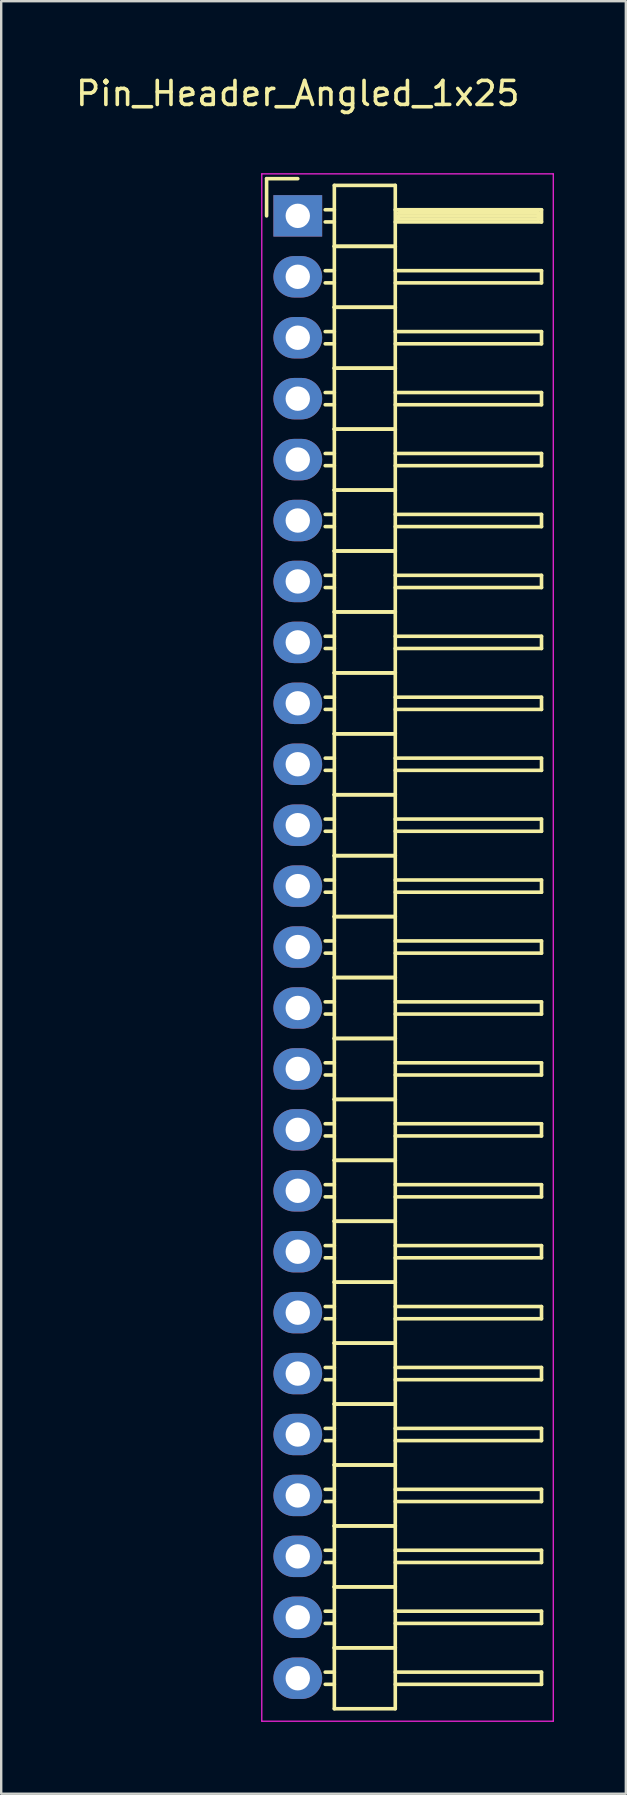
<source format=kicad_pcb>
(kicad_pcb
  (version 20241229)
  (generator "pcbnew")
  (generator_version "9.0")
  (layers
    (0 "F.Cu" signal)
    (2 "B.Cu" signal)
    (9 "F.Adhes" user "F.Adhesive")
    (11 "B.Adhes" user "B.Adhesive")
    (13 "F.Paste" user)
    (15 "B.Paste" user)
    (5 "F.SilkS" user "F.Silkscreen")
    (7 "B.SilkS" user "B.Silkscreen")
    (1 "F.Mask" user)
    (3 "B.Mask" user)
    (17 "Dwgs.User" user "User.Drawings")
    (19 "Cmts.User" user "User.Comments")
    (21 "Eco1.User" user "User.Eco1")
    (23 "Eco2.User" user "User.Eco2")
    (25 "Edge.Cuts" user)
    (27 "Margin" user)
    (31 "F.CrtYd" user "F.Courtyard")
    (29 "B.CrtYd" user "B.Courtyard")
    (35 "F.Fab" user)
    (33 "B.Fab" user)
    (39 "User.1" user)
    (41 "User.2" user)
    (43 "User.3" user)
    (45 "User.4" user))
  (footprint "Pin_Header_Angled_1x25"
    (layer "F.Cu")
    (at 9.363 5.948)
    (property "Reference" "Pin_Header_Angled_1x25" (at 0 -5.1 0) (layer "F.SilkS") (effects (font (size 1 1) (thickness 0.15))))
    (attr through_hole)
    (fp_line (start -1.3 -1.55) (end -1.3 0) (stroke (width 0.15) (type solid)) (layer "F.SilkS"))
    (fp_line (start 0 -1.55) (end -1.3 -1.55) (stroke (width 0.15) (type solid)) (layer "F.SilkS"))
    (fp_line (start 1.524 -1.27) (end 1.524 1.27) (stroke (width 0.15) (type solid)) (layer "F.SilkS"))
    (fp_line (start 1.524 -1.27) (end 4.064 -1.27) (stroke (width 0.15) (type solid)) (layer "F.SilkS"))
    (fp_line (start 1.524 -0.254) (end 1.143 -0.254) (stroke (width 0.15) (type solid)) (layer "F.SilkS"))
    (fp_line (start 1.524 0.254) (end 1.143 0.254) (stroke (width 0.15) (type solid)) (layer "F.SilkS"))
    (fp_line (start 1.524 1.27) (end 1.524 3.81) (stroke (width 0.15) (type solid)) (layer "F.SilkS"))
    (fp_line (start 1.524 1.27) (end 4.064 1.27) (stroke (width 0.15) (type solid)) (layer "F.SilkS"))
    (fp_line (start 1.524 1.27) (end 4.064 1.27) (stroke (width 0.15) (type solid)) (layer "F.SilkS"))
    (fp_line (start 1.524 2.286) (end 1.143 2.286) (stroke (width 0.15) (type solid)) (layer "F.SilkS"))
    (fp_line (start 1.524 2.794) (end 1.143 2.794) (stroke (width 0.15) (type solid)) (layer "F.SilkS"))
    (fp_line (start 1.524 3.81) (end 1.524 6.35) (stroke (width 0.15) (type solid)) (layer "F.SilkS"))
    (fp_line (start 1.524 3.81) (end 4.064 3.81) (stroke (width 0.15) (type solid)) (layer "F.SilkS"))
    (fp_line (start 1.524 3.81) (end 4.064 3.81) (stroke (width 0.15) (type solid)) (layer "F.SilkS"))
    (fp_line (start 1.524 4.826) (end 1.143 4.826) (stroke (width 0.15) (type solid)) (layer "F.SilkS"))
    (fp_line (start 1.524 5.334) (end 1.143 5.334) (stroke (width 0.15) (type solid)) (layer "F.SilkS"))
    (fp_line (start 1.524 6.35) (end 1.524 8.89) (stroke (width 0.15) (type solid)) (layer "F.SilkS"))
    (fp_line (start 1.524 6.35) (end 4.064 6.35) (stroke (width 0.15) (type solid)) (layer "F.SilkS"))
    (fp_line (start 1.524 6.35) (end 4.064 6.35) (stroke (width 0.15) (type solid)) (layer "F.SilkS"))
    (fp_line (start 1.524 7.366) (end 1.143 7.366) (stroke (width 0.15) (type solid)) (layer "F.SilkS"))
    (fp_line (start 1.524 7.874) (end 1.143 7.874) (stroke (width 0.15) (type solid)) (layer "F.SilkS"))
    (fp_line (start 1.524 8.89) (end 1.524 11.43) (stroke (width 0.15) (type solid)) (layer "F.SilkS"))
    (fp_line (start 1.524 8.89) (end 4.064 8.89) (stroke (width 0.15) (type solid)) (layer "F.SilkS"))
    (fp_line (start 1.524 8.89) (end 4.064 8.89) (stroke (width 0.15) (type solid)) (layer "F.SilkS"))
    (fp_line (start 1.524 9.906) (end 1.143 9.906) (stroke (width 0.15) (type solid)) (layer "F.SilkS"))
    (fp_line (start 1.524 10.414) (end 1.143 10.414) (stroke (width 0.15) (type solid)) (layer "F.SilkS"))
    (fp_line (start 1.524 11.43) (end 1.524 13.97) (stroke (width 0.15) (type solid)) (layer "F.SilkS"))
    (fp_line (start 1.524 11.43) (end 4.064 11.43) (stroke (width 0.15) (type solid)) (layer "F.SilkS"))
    (fp_line (start 1.524 11.43) (end 4.064 11.43) (stroke (width 0.15) (type solid)) (layer "F.SilkS"))
    (fp_line (start 1.524 12.446) (end 1.143 12.446) (stroke (width 0.15) (type solid)) (layer "F.SilkS"))
    (fp_line (start 1.524 12.954) (end 1.143 12.954) (stroke (width 0.15) (type solid)) (layer "F.SilkS"))
    (fp_line (start 1.524 13.97) (end 1.524 16.51) (stroke (width 0.15) (type solid)) (layer "F.SilkS"))
    (fp_line (start 1.524 13.97) (end 4.064 13.97) (stroke (width 0.15) (type solid)) (layer "F.SilkS"))
    (fp_line (start 1.524 13.97) (end 4.064 13.97) (stroke (width 0.15) (type solid)) (layer "F.SilkS"))
    (fp_line (start 1.524 14.986) (end 1.143 14.986) (stroke (width 0.15) (type solid)) (layer "F.SilkS"))
    (fp_line (start 1.524 15.494) (end 1.143 15.494) (stroke (width 0.15) (type solid)) (layer "F.SilkS"))
    (fp_line (start 1.524 16.51) (end 1.524 19.05) (stroke (width 0.15) (type solid)) (layer "F.SilkS"))
    (fp_line (start 1.524 16.51) (end 4.064 16.51) (stroke (width 0.15) (type solid)) (layer "F.SilkS"))
    (fp_line (start 1.524 16.51) (end 4.064 16.51) (stroke (width 0.15) (type solid)) (layer "F.SilkS"))
    (fp_line (start 1.524 17.526) (end 1.143 17.526) (stroke (width 0.15) (type solid)) (layer "F.SilkS"))
    (fp_line (start 1.524 18.034) (end 1.143 18.034) (stroke (width 0.15) (type solid)) (layer "F.SilkS"))
    (fp_line (start 1.524 19.05) (end 1.524 21.59) (stroke (width 0.15) (type solid)) (layer "F.SilkS"))
    (fp_line (start 1.524 19.05) (end 4.064 19.05) (stroke (width 0.15) (type solid)) (layer "F.SilkS"))
    (fp_line (start 1.524 19.05) (end 4.064 19.05) (stroke (width 0.15) (type solid)) (layer "F.SilkS"))
    (fp_line (start 1.524 20.066) (end 1.143 20.066) (stroke (width 0.15) (type solid)) (layer "F.SilkS"))
    (fp_line (start 1.524 20.574) (end 1.143 20.574) (stroke (width 0.15) (type solid)) (layer "F.SilkS"))
    (fp_line (start 1.524 21.59) (end 1.524 24.13) (stroke (width 0.15) (type solid)) (layer "F.SilkS"))
    (fp_line (start 1.524 21.59) (end 4.064 21.59) (stroke (width 0.15) (type solid)) (layer "F.SilkS"))
    (fp_line (start 1.524 21.59) (end 4.064 21.59) (stroke (width 0.15) (type solid)) (layer "F.SilkS"))
    (fp_line (start 1.524 22.606) (end 1.143 22.606) (stroke (width 0.15) (type solid)) (layer "F.SilkS"))
    (fp_line (start 1.524 23.114) (end 1.143 23.114) (stroke (width 0.15) (type solid)) (layer "F.SilkS"))
    (fp_line (start 1.524 24.13) (end 1.524 26.67) (stroke (width 0.15) (type solid)) (layer "F.SilkS"))
    (fp_line (start 1.524 24.13) (end 4.064 24.13) (stroke (width 0.15) (type solid)) (layer "F.SilkS"))
    (fp_line (start 1.524 24.13) (end 4.064 24.13) (stroke (width 0.15) (type solid)) (layer "F.SilkS"))
    (fp_line (start 1.524 25.146) (end 1.143 25.146) (stroke (width 0.15) (type solid)) (layer "F.SilkS"))
    (fp_line (start 1.524 25.654) (end 1.143 25.654) (stroke (width 0.15) (type solid)) (layer "F.SilkS"))
    (fp_line (start 1.524 26.67) (end 1.524 29.21) (stroke (width 0.15) (type solid)) (layer "F.SilkS"))
    (fp_line (start 1.524 26.67) (end 4.064 26.67) (stroke (width 0.15) (type solid)) (layer "F.SilkS"))
    (fp_line (start 1.524 26.67) (end 4.064 26.67) (stroke (width 0.15) (type solid)) (layer "F.SilkS"))
    (fp_line (start 1.524 27.686) (end 1.143 27.686) (stroke (width 0.15) (type solid)) (layer "F.SilkS"))
    (fp_line (start 1.524 28.194) (end 1.143 28.194) (stroke (width 0.15) (type solid)) (layer "F.SilkS"))
    (fp_line (start 1.524 29.21) (end 1.524 31.75) (stroke (width 0.15) (type solid)) (layer "F.SilkS"))
    (fp_line (start 1.524 29.21) (end 4.064 29.21) (stroke (width 0.15) (type solid)) (layer "F.SilkS"))
    (fp_line (start 1.524 29.21) (end 4.064 29.21) (stroke (width 0.15) (type solid)) (layer "F.SilkS"))
    (fp_line (start 1.524 30.226) (end 1.143 30.226) (stroke (width 0.15) (type solid)) (layer "F.SilkS"))
    (fp_line (start 1.524 30.734) (end 1.143 30.734) (stroke (width 0.15) (type solid)) (layer "F.SilkS"))
    (fp_line (start 1.524 31.75) (end 1.524 34.29) (stroke (width 0.15) (type solid)) (layer "F.SilkS"))
    (fp_line (start 1.524 31.75) (end 4.064 31.75) (stroke (width 0.15) (type solid)) (layer "F.SilkS"))
    (fp_line (start 1.524 31.75) (end 4.064 31.75) (stroke (width 0.15) (type solid)) (layer "F.SilkS"))
    (fp_line (start 1.524 32.766) (end 1.143 32.766) (stroke (width 0.15) (type solid)) (layer "F.SilkS"))
    (fp_line (start 1.524 33.274) (end 1.143 33.274) (stroke (width 0.15) (type solid)) (layer "F.SilkS"))
    (fp_line (start 1.524 34.29) (end 1.524 36.83) (stroke (width 0.15) (type solid)) (layer "F.SilkS"))
    (fp_line (start 1.524 34.29) (end 4.064 34.29) (stroke (width 0.15) (type solid)) (layer "F.SilkS"))
    (fp_line (start 1.524 34.29) (end 4.064 34.29) (stroke (width 0.15) (type solid)) (layer "F.SilkS"))
    (fp_line (start 1.524 35.306) (end 1.143 35.306) (stroke (width 0.15) (type solid)) (layer "F.SilkS"))
    (fp_line (start 1.524 35.814) (end 1.143 35.814) (stroke (width 0.15) (type solid)) (layer "F.SilkS"))
    (fp_line (start 1.524 36.83) (end 1.524 39.37) (stroke (width 0.15) (type solid)) (layer "F.SilkS"))
    (fp_line (start 1.524 36.83) (end 4.064 36.83) (stroke (width 0.15) (type solid)) (layer "F.SilkS"))
    (fp_line (start 1.524 36.83) (end 4.064 36.83) (stroke (width 0.15) (type solid)) (layer "F.SilkS"))
    (fp_line (start 1.524 37.846) (end 1.143 37.846) (stroke (width 0.15) (type solid)) (layer "F.SilkS"))
    (fp_line (start 1.524 38.354) (end 1.143 38.354) (stroke (width 0.15) (type solid)) (layer "F.SilkS"))
    (fp_line (start 1.524 39.37) (end 1.524 41.91) (stroke (width 0.15) (type solid)) (layer "F.SilkS"))
    (fp_line (start 1.524 39.37) (end 4.064 39.37) (stroke (width 0.15) (type solid)) (layer "F.SilkS"))
    (fp_line (start 1.524 39.37) (end 4.064 39.37) (stroke (width 0.15) (type solid)) (layer "F.SilkS"))
    (fp_line (start 1.524 40.386) (end 1.143 40.386) (stroke (width 0.15) (type solid)) (layer "F.SilkS"))
    (fp_line (start 1.524 40.894) (end 1.143 40.894) (stroke (width 0.15) (type solid)) (layer "F.SilkS"))
    (fp_line (start 1.524 41.91) (end 1.524 44.45) (stroke (width 0.15) (type solid)) (layer "F.SilkS"))
    (fp_line (start 1.524 41.91) (end 4.064 41.91) (stroke (width 0.15) (type solid)) (layer "F.SilkS"))
    (fp_line (start 1.524 41.91) (end 4.064 41.91) (stroke (width 0.15) (type solid)) (layer "F.SilkS"))
    (fp_line (start 1.524 42.926) (end 1.143 42.926) (stroke (width 0.15) (type solid)) (layer "F.SilkS"))
    (fp_line (start 1.524 43.434) (end 1.143 43.434) (stroke (width 0.15) (type solid)) (layer "F.SilkS"))
    (fp_line (start 1.524 44.45) (end 1.524 46.99) (stroke (width 0.15) (type solid)) (layer "F.SilkS"))
    (fp_line (start 1.524 44.45) (end 4.064 44.45) (stroke (width 0.15) (type solid)) (layer "F.SilkS"))
    (fp_line (start 1.524 44.45) (end 4.064 44.45) (stroke (width 0.15) (type solid)) (layer "F.SilkS"))
    (fp_line (start 1.524 45.466) (end 1.143 45.466) (stroke (width 0.15) (type solid)) (layer "F.SilkS"))
    (fp_line (start 1.524 45.974) (end 1.143 45.974) (stroke (width 0.15) (type solid)) (layer "F.SilkS"))
    (fp_line (start 1.524 46.99) (end 1.524 49.53) (stroke (width 0.15) (type solid)) (layer "F.SilkS"))
    (fp_line (start 1.524 46.99) (end 4.064 46.99) (stroke (width 0.15) (type solid)) (layer "F.SilkS"))
    (fp_line (start 1.524 46.99) (end 4.064 46.99) (stroke (width 0.15) (type solid)) (layer "F.SilkS"))
    (fp_line (start 1.524 48.006) (end 1.143 48.006) (stroke (width 0.15) (type solid)) (layer "F.SilkS"))
    (fp_line (start 1.524 48.514) (end 1.143 48.514) (stroke (width 0.15) (type solid)) (layer "F.SilkS"))
    (fp_line (start 1.524 49.53) (end 1.524 52.07) (stroke (width 0.15) (type solid)) (layer "F.SilkS"))
    (fp_line (start 1.524 49.53) (end 4.064 49.53) (stroke (width 0.15) (type solid)) (layer "F.SilkS"))
    (fp_line (start 1.524 49.53) (end 4.064 49.53) (stroke (width 0.15) (type solid)) (layer "F.SilkS"))
    (fp_line (start 1.524 50.546) (end 1.143 50.546) (stroke (width 0.15) (type solid)) (layer "F.SilkS"))
    (fp_line (start 1.524 51.054) (end 1.143 51.054) (stroke (width 0.15) (type solid)) (layer "F.SilkS"))
    (fp_line (start 1.524 52.07) (end 1.524 54.61) (stroke (width 0.15) (type solid)) (layer "F.SilkS"))
    (fp_line (start 1.524 52.07) (end 4.064 52.07) (stroke (width 0.15) (type solid)) (layer "F.SilkS"))
    (fp_line (start 1.524 52.07) (end 4.064 52.07) (stroke (width 0.15) (type solid)) (layer "F.SilkS"))
    (fp_line (start 1.524 53.086) (end 1.143 53.086) (stroke (width 0.15) (type solid)) (layer "F.SilkS"))
    (fp_line (start 1.524 53.594) (end 1.143 53.594) (stroke (width 0.15) (type solid)) (layer "F.SilkS"))
    (fp_line (start 1.524 54.61) (end 1.524 57.15) (stroke (width 0.15) (type solid)) (layer "F.SilkS"))
    (fp_line (start 1.524 54.61) (end 4.064 54.61) (stroke (width 0.15) (type solid)) (layer "F.SilkS"))
    (fp_line (start 1.524 54.61) (end 4.064 54.61) (stroke (width 0.15) (type solid)) (layer "F.SilkS"))
    (fp_line (start 1.524 55.626) (end 1.143 55.626) (stroke (width 0.15) (type solid)) (layer "F.SilkS"))
    (fp_line (start 1.524 56.134) (end 1.143 56.134) (stroke (width 0.15) (type solid)) (layer "F.SilkS"))
    (fp_line (start 1.524 57.15) (end 1.524 59.69) (stroke (width 0.15) (type solid)) (layer "F.SilkS"))
    (fp_line (start 1.524 57.15) (end 4.064 57.15) (stroke (width 0.15) (type solid)) (layer "F.SilkS"))
    (fp_line (start 1.524 57.15) (end 4.064 57.15) (stroke (width 0.15) (type solid)) (layer "F.SilkS"))
    (fp_line (start 1.524 58.166) (end 1.143 58.166) (stroke (width 0.15) (type solid)) (layer "F.SilkS"))
    (fp_line (start 1.524 58.674) (end 1.143 58.674) (stroke (width 0.15) (type solid)) (layer "F.SilkS"))
    (fp_line (start 1.524 59.69) (end 1.524 62.23) (stroke (width 0.15) (type solid)) (layer "F.SilkS"))
    (fp_line (start 1.524 59.69) (end 4.064 59.69) (stroke (width 0.15) (type solid)) (layer "F.SilkS"))
    (fp_line (start 1.524 59.69) (end 4.064 59.69) (stroke (width 0.15) (type solid)) (layer "F.SilkS"))
    (fp_line (start 1.524 60.706) (end 1.143 60.706) (stroke (width 0.15) (type solid)) (layer "F.SilkS"))
    (fp_line (start 1.524 61.214) (end 1.143 61.214) (stroke (width 0.15) (type solid)) (layer "F.SilkS"))
    (fp_line (start 1.524 62.23) (end 4.064 62.23) (stroke (width 0.15) (type solid)) (layer "F.SilkS"))
    (fp_line (start 4.064 -0.254) (end 10.16 -0.254) (stroke (width 0.15) (type solid)) (layer "F.SilkS"))
    (fp_line (start 4.064 1.27) (end 4.064 -1.27) (stroke (width 0.15) (type solid)) (layer "F.SilkS"))
    (fp_line (start 4.064 2.286) (end 10.16 2.286) (stroke (width 0.15) (type solid)) (layer "F.SilkS"))
    (fp_line (start 4.064 3.81) (end 4.064 1.27) (stroke (width 0.15) (type solid)) (layer "F.SilkS"))
    (fp_line (start 4.064 4.826) (end 10.16 4.826) (stroke (width 0.15) (type solid)) (layer "F.SilkS"))
    (fp_line (start 4.064 6.35) (end 4.064 3.81) (stroke (width 0.15) (type solid)) (layer "F.SilkS"))
    (fp_line (start 4.064 7.366) (end 10.16 7.366) (stroke (width 0.15) (type solid)) (layer "F.SilkS"))
    (fp_line (start 4.064 8.89) (end 4.064 6.35) (stroke (width 0.15) (type solid)) (layer "F.SilkS"))
    (fp_line (start 4.064 9.906) (end 10.16 9.906) (stroke (width 0.15) (type solid)) (layer "F.SilkS"))
    (fp_line (start 4.064 11.43) (end 4.064 8.89) (stroke (width 0.15) (type solid)) (layer "F.SilkS"))
    (fp_line (start 4.064 12.446) (end 10.16 12.446) (stroke (width 0.15) (type solid)) (layer "F.SilkS"))
    (fp_line (start 4.064 13.97) (end 4.064 11.43) (stroke (width 0.15) (type solid)) (layer "F.SilkS"))
    (fp_line (start 4.064 14.986) (end 10.16 14.986) (stroke (width 0.15) (type solid)) (layer "F.SilkS"))
    (fp_line (start 4.064 16.51) (end 4.064 13.97) (stroke (width 0.15) (type solid)) (layer "F.SilkS"))
    (fp_line (start 4.064 17.526) (end 10.16 17.526) (stroke (width 0.15) (type solid)) (layer "F.SilkS"))
    (fp_line (start 4.064 19.05) (end 4.064 16.51) (stroke (width 0.15) (type solid)) (layer "F.SilkS"))
    (fp_line (start 4.064 20.066) (end 10.16 20.066) (stroke (width 0.15) (type solid)) (layer "F.SilkS"))
    (fp_line (start 4.064 21.59) (end 4.064 19.05) (stroke (width 0.15) (type solid)) (layer "F.SilkS"))
    (fp_line (start 4.064 22.606) (end 10.16 22.606) (stroke (width 0.15) (type solid)) (layer "F.SilkS"))
    (fp_line (start 4.064 24.13) (end 4.064 21.59) (stroke (width 0.15) (type solid)) (layer "F.SilkS"))
    (fp_line (start 4.064 25.146) (end 10.16 25.146) (stroke (width 0.15) (type solid)) (layer "F.SilkS"))
    (fp_line (start 4.064 26.67) (end 4.064 24.13) (stroke (width 0.15) (type solid)) (layer "F.SilkS"))
    (fp_line (start 4.064 27.686) (end 10.16 27.686) (stroke (width 0.15) (type solid)) (layer "F.SilkS"))
    (fp_line (start 4.064 29.21) (end 4.064 26.67) (stroke (width 0.15) (type solid)) (layer "F.SilkS"))
    (fp_line (start 4.064 30.226) (end 10.16 30.226) (stroke (width 0.15) (type solid)) (layer "F.SilkS"))
    (fp_line (start 4.064 31.75) (end 4.064 29.21) (stroke (width 0.15) (type solid)) (layer "F.SilkS"))
    (fp_line (start 4.064 32.766) (end 10.16 32.766) (stroke (width 0.15) (type solid)) (layer "F.SilkS"))
    (fp_line (start 4.064 34.29) (end 4.064 31.75) (stroke (width 0.15) (type solid)) (layer "F.SilkS"))
    (fp_line (start 4.064 35.306) (end 10.16 35.306) (stroke (width 0.15) (type solid)) (layer "F.SilkS"))
    (fp_line (start 4.064 36.83) (end 4.064 34.29) (stroke (width 0.15) (type solid)) (layer "F.SilkS"))
    (fp_line (start 4.064 37.846) (end 10.16 37.846) (stroke (width 0.15) (type solid)) (layer "F.SilkS"))
    (fp_line (start 4.064 39.37) (end 4.064 36.83) (stroke (width 0.15) (type solid)) (layer "F.SilkS"))
    (fp_line (start 4.064 40.386) (end 10.16 40.386) (stroke (width 0.15) (type solid)) (layer "F.SilkS"))
    (fp_line (start 4.064 41.91) (end 4.064 39.37) (stroke (width 0.15) (type solid)) (layer "F.SilkS"))
    (fp_line (start 4.064 42.926) (end 10.16 42.926) (stroke (width 0.15) (type solid)) (layer "F.SilkS"))
    (fp_line (start 4.064 44.45) (end 4.064 41.91) (stroke (width 0.15) (type solid)) (layer "F.SilkS"))
    (fp_line (start 4.064 45.466) (end 10.16 45.466) (stroke (width 0.15) (type solid)) (layer "F.SilkS"))
    (fp_line (start 4.064 46.99) (end 4.064 44.45) (stroke (width 0.15) (type solid)) (layer "F.SilkS"))
    (fp_line (start 4.064 48.006) (end 10.16 48.006) (stroke (width 0.15) (type solid)) (layer "F.SilkS"))
    (fp_line (start 4.064 49.53) (end 4.064 46.99) (stroke (width 0.15) (type solid)) (layer "F.SilkS"))
    (fp_line (start 4.064 50.546) (end 10.16 50.546) (stroke (width 0.15) (type solid)) (layer "F.SilkS"))
    (fp_line (start 4.064 52.07) (end 4.064 49.53) (stroke (width 0.15) (type solid)) (layer "F.SilkS"))
    (fp_line (start 4.064 53.086) (end 10.16 53.086) (stroke (width 0.15) (type solid)) (layer "F.SilkS"))
    (fp_line (start 4.064 54.61) (end 4.064 52.07) (stroke (width 0.15) (type solid)) (layer "F.SilkS"))
    (fp_line (start 4.064 55.626) (end 10.16 55.626) (stroke (width 0.15) (type solid)) (layer "F.SilkS"))
    (fp_line (start 4.064 57.15) (end 4.064 54.61) (stroke (width 0.15) (type solid)) (layer "F.SilkS"))
    (fp_line (start 4.064 58.166) (end 10.16 58.166) (stroke (width 0.15) (type solid)) (layer "F.SilkS"))
    (fp_line (start 4.064 59.69) (end 4.064 57.15) (stroke (width 0.15) (type solid)) (layer "F.SilkS"))
    (fp_line (start 4.064 60.706) (end 10.16 60.706) (stroke (width 0.15) (type solid)) (layer "F.SilkS"))
    (fp_line (start 4.064 62.23) (end 4.064 59.69) (stroke (width 0.15) (type solid)) (layer "F.SilkS"))
    (fp_line (start 4.191 -0.127) (end 10.033 -0.127) (stroke (width 0.15) (type solid)) (layer "F.SilkS"))
    (fp_line (start 4.191 0) (end 10.033 0) (stroke (width 0.15) (type solid)) (layer "F.SilkS"))
    (fp_line (start 4.191 0.127) (end 4.191 0) (stroke (width 0.15) (type solid)) (layer "F.SilkS"))
    (fp_line (start 10.033 -0.127) (end 10.033 0.127) (stroke (width 0.15) (type solid)) (layer "F.SilkS"))
    (fp_line (start 10.033 0.127) (end 4.191 0.127) (stroke (width 0.15) (type solid)) (layer "F.SilkS"))
    (fp_line (start 10.16 -0.254) (end 10.16 0.254) (stroke (width 0.15) (type solid)) (layer "F.SilkS"))
    (fp_line (start 10.16 0.254) (end 4.064 0.254) (stroke (width 0.15) (type solid)) (layer "F.SilkS"))
    (fp_line (start 10.16 2.286) (end 10.16 2.794) (stroke (width 0.15) (type solid)) (layer "F.SilkS"))
    (fp_line (start 10.16 2.794) (end 4.064 2.794) (stroke (width 0.15) (type solid)) (layer "F.SilkS"))
    (fp_line (start 10.16 4.826) (end 10.16 5.334) (stroke (width 0.15) (type solid)) (layer "F.SilkS"))
    (fp_line (start 10.16 5.334) (end 4.064 5.334) (stroke (width 0.15) (type solid)) (layer "F.SilkS"))
    (fp_line (start 10.16 7.366) (end 10.16 7.874) (stroke (width 0.15) (type solid)) (layer "F.SilkS"))
    (fp_line (start 10.16 7.874) (end 4.064 7.874) (stroke (width 0.15) (type solid)) (layer "F.SilkS"))
    (fp_line (start 10.16 9.906) (end 10.16 10.414) (stroke (width 0.15) (type solid)) (layer "F.SilkS"))
    (fp_line (start 10.16 10.414) (end 4.064 10.414) (stroke (width 0.15) (type solid)) (layer "F.SilkS"))
    (fp_line (start 10.16 12.446) (end 10.16 12.954) (stroke (width 0.15) (type solid)) (layer "F.SilkS"))
    (fp_line (start 10.16 12.954) (end 4.064 12.954) (stroke (width 0.15) (type solid)) (layer "F.SilkS"))
    (fp_line (start 10.16 14.986) (end 10.16 15.494) (stroke (width 0.15) (type solid)) (layer "F.SilkS"))
    (fp_line (start 10.16 15.494) (end 4.064 15.494) (stroke (width 0.15) (type solid)) (layer "F.SilkS"))
    (fp_line (start 10.16 17.526) (end 10.16 18.034) (stroke (width 0.15) (type solid)) (layer "F.SilkS"))
    (fp_line (start 10.16 18.034) (end 4.064 18.034) (stroke (width 0.15) (type solid)) (layer "F.SilkS"))
    (fp_line (start 10.16 20.066) (end 10.16 20.574) (stroke (width 0.15) (type solid)) (layer "F.SilkS"))
    (fp_line (start 10.16 20.574) (end 4.064 20.574) (stroke (width 0.15) (type solid)) (layer "F.SilkS"))
    (fp_line (start 10.16 22.606) (end 10.16 23.114) (stroke (width 0.15) (type solid)) (layer "F.SilkS"))
    (fp_line (start 10.16 23.114) (end 4.064 23.114) (stroke (width 0.15) (type solid)) (layer "F.SilkS"))
    (fp_line (start 10.16 25.146) (end 10.16 25.654) (stroke (width 0.15) (type solid)) (layer "F.SilkS"))
    (fp_line (start 10.16 25.654) (end 4.064 25.654) (stroke (width 0.15) (type solid)) (layer "F.SilkS"))
    (fp_line (start 10.16 27.686) (end 10.16 28.194) (stroke (width 0.15) (type solid)) (layer "F.SilkS"))
    (fp_line (start 10.16 28.194) (end 4.064 28.194) (stroke (width 0.15) (type solid)) (layer "F.SilkS"))
    (fp_line (start 10.16 30.226) (end 10.16 30.734) (stroke (width 0.15) (type solid)) (layer "F.SilkS"))
    (fp_line (start 10.16 30.734) (end 4.064 30.734) (stroke (width 0.15) (type solid)) (layer "F.SilkS"))
    (fp_line (start 10.16 32.766) (end 10.16 33.274) (stroke (width 0.15) (type solid)) (layer "F.SilkS"))
    (fp_line (start 10.16 33.274) (end 4.064 33.274) (stroke (width 0.15) (type solid)) (layer "F.SilkS"))
    (fp_line (start 10.16 35.306) (end 10.16 35.814) (stroke (width 0.15) (type solid)) (layer "F.SilkS"))
    (fp_line (start 10.16 35.814) (end 4.064 35.814) (stroke (width 0.15) (type solid)) (layer "F.SilkS"))
    (fp_line (start 10.16 37.846) (end 10.16 38.354) (stroke (width 0.15) (type solid)) (layer "F.SilkS"))
    (fp_line (start 10.16 38.354) (end 4.064 38.354) (stroke (width 0.15) (type solid)) (layer "F.SilkS"))
    (fp_line (start 10.16 40.386) (end 10.16 40.894) (stroke (width 0.15) (type solid)) (layer "F.SilkS"))
    (fp_line (start 10.16 40.894) (end 4.064 40.894) (stroke (width 0.15) (type solid)) (layer "F.SilkS"))
    (fp_line (start 10.16 42.926) (end 10.16 43.434) (stroke (width 0.15) (type solid)) (layer "F.SilkS"))
    (fp_line (start 10.16 43.434) (end 4.064 43.434) (stroke (width 0.15) (type solid)) (layer "F.SilkS"))
    (fp_line (start 10.16 45.466) (end 10.16 45.974) (stroke (width 0.15) (type solid)) (layer "F.SilkS"))
    (fp_line (start 10.16 45.974) (end 4.064 45.974) (stroke (width 0.15) (type solid)) (layer "F.SilkS"))
    (fp_line (start 10.16 48.006) (end 10.16 48.514) (stroke (width 0.15) (type solid)) (layer "F.SilkS"))
    (fp_line (start 10.16 48.514) (end 4.064 48.514) (stroke (width 0.15) (type solid)) (layer "F.SilkS"))
    (fp_line (start 10.16 50.546) (end 10.16 51.054) (stroke (width 0.15) (type solid)) (layer "F.SilkS"))
    (fp_line (start 10.16 51.054) (end 4.064 51.054) (stroke (width 0.15) (type solid)) (layer "F.SilkS"))
    (fp_line (start 10.16 53.086) (end 10.16 53.594) (stroke (width 0.15) (type solid)) (layer "F.SilkS"))
    (fp_line (start 10.16 53.594) (end 4.064 53.594) (stroke (width 0.15) (type solid)) (layer "F.SilkS"))
    (fp_line (start 10.16 55.626) (end 10.16 56.134) (stroke (width 0.15) (type solid)) (layer "F.SilkS"))
    (fp_line (start 10.16 56.134) (end 4.064 56.134) (stroke (width 0.15) (type solid)) (layer "F.SilkS"))
    (fp_line (start 10.16 58.166) (end 10.16 58.674) (stroke (width 0.15) (type solid)) (layer "F.SilkS"))
    (fp_line (start 10.16 58.674) (end 4.064 58.674) (stroke (width 0.15) (type solid)) (layer "F.SilkS"))
    (fp_line (start 10.16 60.706) (end 10.16 61.214) (stroke (width 0.15) (type solid)) (layer "F.SilkS"))
    (fp_line (start 10.16 61.214) (end 4.064 61.214) (stroke (width 0.15) (type solid)) (layer "F.SilkS"))
    (fp_line (start -1.5 -1.75) (end -1.5 62.75) (stroke (width 0.05) (type solid)) (layer "F.CrtYd"))
    (fp_line (start -1.5 -1.75) (end 10.65 -1.75) (stroke (width 0.05) (type solid)) (layer "F.CrtYd"))
    (fp_line (start -1.5 62.75) (end 10.65 62.75) (stroke (width 0.05) (type solid)) (layer "F.CrtYd"))
    (fp_line (start 10.65 -1.75) (end 10.65 62.75) (stroke (width 0.05) (type solid)) (layer "F.CrtYd"))
    (pad "1" thru_hole rect (at 0 0) (size 2.032 1.727) (drill 1.016) (layers "*.Cu" "*.Mask"))
    (pad "2" thru_hole oval (at 0 2.54) (size 2.032 1.727) (drill 1.016) (layers "*.Cu" "*.Mask"))
    (pad "3" thru_hole oval (at 0 5.08) (size 2.032 1.727) (drill 1.016) (layers "*.Cu" "*.Mask"))
    (pad "4" thru_hole oval (at 0 7.62) (size 2.032 1.727) (drill 1.016) (layers "*.Cu" "*.Mask"))
    (pad "5" thru_hole oval (at 0 10.16) (size 2.032 1.727) (drill 1.016) (layers "*.Cu" "*.Mask"))
    (pad "6" thru_hole oval (at 0 12.7) (size 2.032 1.727) (drill 1.016) (layers "*.Cu" "*.Mask"))
    (pad "7" thru_hole oval (at 0 15.24) (size 2.032 1.727) (drill 1.016) (layers "*.Cu" "*.Mask"))
    (pad "8" thru_hole oval (at 0 17.78) (size 2.032 1.727) (drill 1.016) (layers "*.Cu" "*.Mask"))
    (pad "9" thru_hole oval (at 0 20.32) (size 2.032 1.727) (drill 1.016) (layers "*.Cu" "*.Mask"))
    (pad "10" thru_hole oval (at 0 22.86) (size 2.032 1.727) (drill 1.016) (layers "*.Cu" "*.Mask"))
    (pad "11" thru_hole oval (at 0 25.4) (size 2.032 1.727) (drill 1.016) (layers "*.Cu" "*.Mask"))
    (pad "12" thru_hole oval (at 0 27.94) (size 2.032 1.727) (drill 1.016) (layers "*.Cu" "*.Mask"))
    (pad "13" thru_hole oval (at 0 30.48) (size 2.032 1.727) (drill 1.016) (layers "*.Cu" "*.Mask"))
    (pad "14" thru_hole oval (at 0 33.02) (size 2.032 1.727) (drill 1.016) (layers "*.Cu" "*.Mask"))
    (pad "15" thru_hole oval (at 0 35.56) (size 2.032 1.727) (drill 1.016) (layers "*.Cu" "*.Mask"))
    (pad "16" thru_hole oval (at 0 38.1) (size 2.032 1.727) (drill 1.016) (layers "*.Cu" "*.Mask"))
    (pad "17" thru_hole oval (at 0 40.64) (size 2.032 1.727) (drill 1.016) (layers "*.Cu" "*.Mask"))
    (pad "18" thru_hole oval (at 0 43.18) (size 2.032 1.727) (drill 1.016) (layers "*.Cu" "*.Mask"))
    (pad "19" thru_hole oval (at 0 45.72) (size 2.032 1.727) (drill 1.016) (layers "*.Cu" "*.Mask"))
    (pad "20" thru_hole oval (at 0 48.26) (size 2.032 1.727) (drill 1.016) (layers "*.Cu" "*.Mask"))
    (pad "21" thru_hole oval (at 0 50.8) (size 2.032 1.727) (drill 1.016) (layers "*.Cu" "*.Mask"))
    (pad "22" thru_hole oval (at 0 53.34) (size 2.032 1.727) (drill 1.016) (layers "*.Cu" "*.Mask"))
    (pad "23" thru_hole oval (at 0 55.88) (size 2.032 1.727) (drill 1.016) (layers "*.Cu" "*.Mask"))
    (pad "24" thru_hole oval (at 0 58.42) (size 2.032 1.727) (drill 1.016) (layers "*.Cu" "*.Mask"))
    (pad "25" thru_hole oval (at 0 60.96) (size 2.032 1.727) (drill 1.016) (layers "*.Cu" "*.Mask")))
  (gr_rect
    (start -3 -3)
    (end 23.038 71.723)
    (stroke (width 0.1) (type default))
    (fill no)
    (layer "Edge.Cuts")))
</source>
